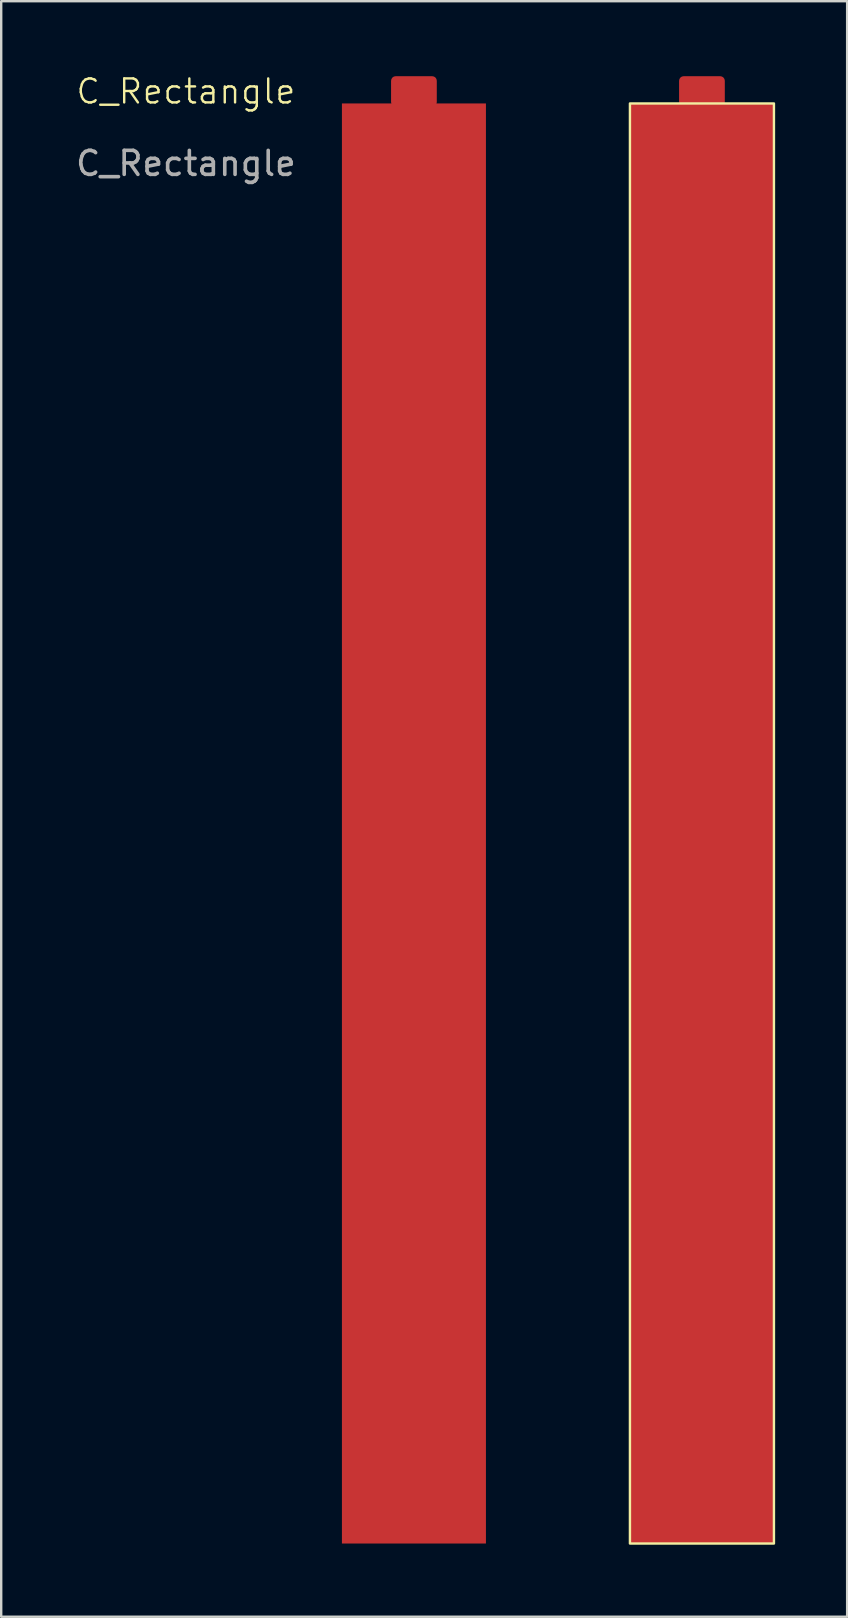
<source format=kicad_pcb>
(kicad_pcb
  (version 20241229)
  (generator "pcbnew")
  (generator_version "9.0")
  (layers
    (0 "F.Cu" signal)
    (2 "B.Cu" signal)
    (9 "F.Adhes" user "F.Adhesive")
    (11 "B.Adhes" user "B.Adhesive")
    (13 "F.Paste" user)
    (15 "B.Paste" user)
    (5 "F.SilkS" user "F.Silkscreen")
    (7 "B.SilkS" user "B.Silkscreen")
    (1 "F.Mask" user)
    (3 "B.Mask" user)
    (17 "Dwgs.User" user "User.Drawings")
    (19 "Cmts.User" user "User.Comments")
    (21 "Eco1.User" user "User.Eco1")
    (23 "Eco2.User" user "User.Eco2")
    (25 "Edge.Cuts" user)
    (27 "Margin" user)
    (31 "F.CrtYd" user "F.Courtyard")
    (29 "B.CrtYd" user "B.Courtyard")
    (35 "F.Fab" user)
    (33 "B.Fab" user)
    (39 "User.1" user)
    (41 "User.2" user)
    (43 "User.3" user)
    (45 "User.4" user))
  (footprint "C_Rectangle"
    (layer "F.Cu")
    (at 20.196 1.26)
    (property "Reference" "C_Rectangle" (at -15.5 -0.5 0) (unlocked yes) (layer "F.SilkS") (effects (font (size 1 1) (thickness 0.1))))
    (attr smd)
    (fp_poly (pts (xy -9 0) (xy -3 0) (xy -3 60) (xy -9 60)) (stroke (width 0) (type solid)) (fill yes) (layer "F.Cu"))
    (fp_poly (pts (xy 3 0) (xy 9 0) (xy 9 60) (xy 3 60)) (stroke (width 0) (type solid)) (fill yes) (layer "F.Cu"))
    (fp_rect (start 3 0) (end 9 60) (stroke (width 0.1) (type solid)) (fill no) (layer "F.SilkS"))
    (fp_text user "${REFERENCE}" (at -15.5 2.5 0) (unlocked yes) (layer "F.Fab") (effects (font (size 1 1) (thickness 0.15))))
    (pad "1" smd roundrect (at -6 -0.5) (size 1.905 1.27) (layers "F.Cu" "F.Mask" "F.Paste") (roundrect_rratio 0.15))
    (pad "2" smd roundrect (at 6 -0.5) (size 1.905 1.27) (layers "F.Cu" "F.Mask" "F.Paste") (roundrect_rratio 0.15)))
  (gr_rect
    (start -3 -3)
    (end 32.246 64.311)
    (stroke (width 0.1) (type default))
    (fill no)
    (layer "Edge.Cuts")))
</source>
